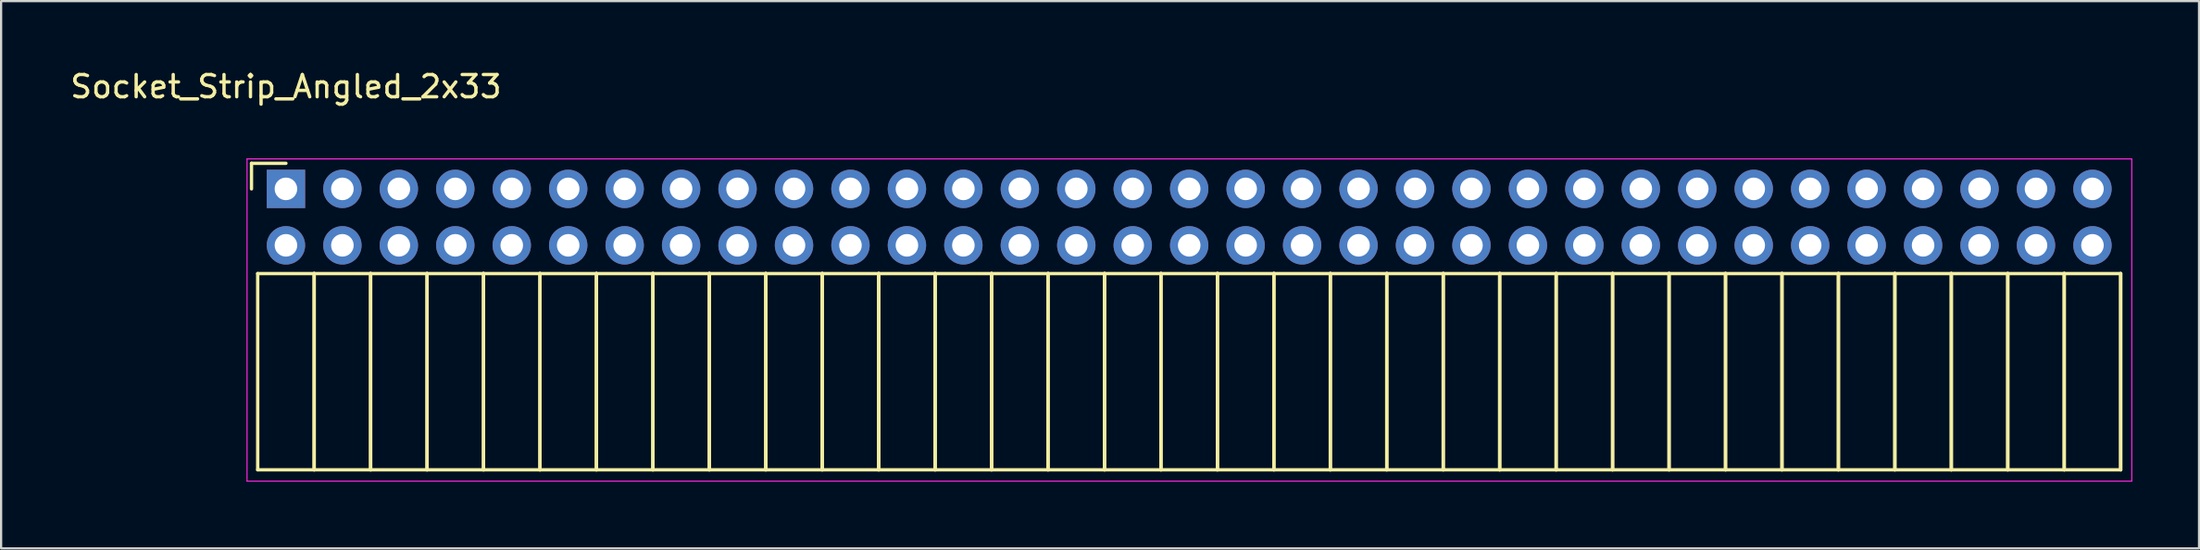
<source format=kicad_pcb>
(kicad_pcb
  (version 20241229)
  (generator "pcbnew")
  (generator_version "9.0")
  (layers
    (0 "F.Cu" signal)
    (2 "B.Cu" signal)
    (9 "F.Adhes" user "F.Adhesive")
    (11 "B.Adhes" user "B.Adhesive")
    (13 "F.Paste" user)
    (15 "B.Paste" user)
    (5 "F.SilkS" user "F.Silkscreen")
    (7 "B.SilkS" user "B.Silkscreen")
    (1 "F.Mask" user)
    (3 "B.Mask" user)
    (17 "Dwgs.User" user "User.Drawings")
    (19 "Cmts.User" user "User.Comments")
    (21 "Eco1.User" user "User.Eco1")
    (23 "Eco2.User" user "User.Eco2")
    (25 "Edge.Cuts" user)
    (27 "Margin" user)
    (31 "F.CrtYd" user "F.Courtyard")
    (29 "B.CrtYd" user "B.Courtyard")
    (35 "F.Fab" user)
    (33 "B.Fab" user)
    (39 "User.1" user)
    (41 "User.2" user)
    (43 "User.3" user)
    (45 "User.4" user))
  (footprint "Socket_Strip_Angled_2x33"
    (layer "F.Cu")
    (at 9.815 5.448)
    (property "Reference" "Socket_Strip_Angled_2x33" (at 0 -4.6 0) (layer "F.SilkS") (effects (font (size 1 1) (thickness 0.15))))
    (attr through_hole)
    (fp_line (start -1.55 -1.15) (end -1.55 0) (stroke (width 0.15) (type solid)) (layer "F.SilkS"))
    (fp_line (start -1.27 3.81) (end -1.27 12.64) (stroke (width 0.15) (type solid)) (layer "F.SilkS"))
    (fp_line (start -1.27 3.81) (end 1.27 3.81) (stroke (width 0.15) (type solid)) (layer "F.SilkS"))
    (fp_line (start -1.27 12.64) (end 1.27 12.64) (stroke (width 0.15) (type solid)) (layer "F.SilkS"))
    (fp_line (start 0 -1.15) (end -1.55 -1.15) (stroke (width 0.15) (type solid)) (layer "F.SilkS"))
    (fp_line (start 1.27 3.81) (end 1.27 12.64) (stroke (width 0.15) (type solid)) (layer "F.SilkS"))
    (fp_line (start 1.27 3.81) (end 3.81 3.81) (stroke (width 0.15) (type solid)) (layer "F.SilkS"))
    (fp_line (start 1.27 12.64) (end 1.27 3.81) (stroke (width 0.15) (type solid)) (layer "F.SilkS"))
    (fp_line (start 1.27 12.64) (end 3.81 12.64) (stroke (width 0.15) (type solid)) (layer "F.SilkS"))
    (fp_line (start 3.81 3.81) (end 3.81 12.64) (stroke (width 0.15) (type solid)) (layer "F.SilkS"))
    (fp_line (start 3.81 3.81) (end 6.35 3.81) (stroke (width 0.15) (type solid)) (layer "F.SilkS"))
    (fp_line (start 3.81 12.64) (end 3.81 3.81) (stroke (width 0.15) (type solid)) (layer "F.SilkS"))
    (fp_line (start 3.81 12.64) (end 6.35 12.64) (stroke (width 0.15) (type solid)) (layer "F.SilkS"))
    (fp_line (start 6.35 3.81) (end 6.35 12.64) (stroke (width 0.15) (type solid)) (layer "F.SilkS"))
    (fp_line (start 6.35 3.81) (end 8.89 3.81) (stroke (width 0.15) (type solid)) (layer "F.SilkS"))
    (fp_line (start 6.35 12.64) (end 6.35 3.81) (stroke (width 0.15) (type solid)) (layer "F.SilkS"))
    (fp_line (start 6.35 12.64) (end 8.89 12.64) (stroke (width 0.15) (type solid)) (layer "F.SilkS"))
    (fp_line (start 8.89 3.81) (end 8.89 12.64) (stroke (width 0.15) (type solid)) (layer "F.SilkS"))
    (fp_line (start 8.89 3.81) (end 11.43 3.81) (stroke (width 0.15) (type solid)) (layer "F.SilkS"))
    (fp_line (start 8.89 12.64) (end 8.89 3.81) (stroke (width 0.15) (type solid)) (layer "F.SilkS"))
    (fp_line (start 8.89 12.64) (end 11.43 12.64) (stroke (width 0.15) (type solid)) (layer "F.SilkS"))
    (fp_line (start 11.43 3.81) (end 11.43 12.64) (stroke (width 0.15) (type solid)) (layer "F.SilkS"))
    (fp_line (start 11.43 3.81) (end 13.97 3.81) (stroke (width 0.15) (type solid)) (layer "F.SilkS"))
    (fp_line (start 11.43 12.64) (end 11.43 3.81) (stroke (width 0.15) (type solid)) (layer "F.SilkS"))
    (fp_line (start 11.43 12.64) (end 13.97 12.64) (stroke (width 0.15) (type solid)) (layer "F.SilkS"))
    (fp_line (start 13.97 3.81) (end 13.97 12.64) (stroke (width 0.15) (type solid)) (layer "F.SilkS"))
    (fp_line (start 13.97 3.81) (end 16.51 3.81) (stroke (width 0.15) (type solid)) (layer "F.SilkS"))
    (fp_line (start 13.97 12.64) (end 13.97 3.81) (stroke (width 0.15) (type solid)) (layer "F.SilkS"))
    (fp_line (start 13.97 12.64) (end 16.51 12.64) (stroke (width 0.15) (type solid)) (layer "F.SilkS"))
    (fp_line (start 16.51 3.81) (end 16.51 12.64) (stroke (width 0.15) (type solid)) (layer "F.SilkS"))
    (fp_line (start 16.51 3.81) (end 19.05 3.81) (stroke (width 0.15) (type solid)) (layer "F.SilkS"))
    (fp_line (start 16.51 12.64) (end 16.51 3.81) (stroke (width 0.15) (type solid)) (layer "F.SilkS"))
    (fp_line (start 16.51 12.64) (end 19.05 12.64) (stroke (width 0.15) (type solid)) (layer "F.SilkS"))
    (fp_line (start 19.05 3.81) (end 19.05 12.64) (stroke (width 0.15) (type solid)) (layer "F.SilkS"))
    (fp_line (start 19.05 3.81) (end 21.59 3.81) (stroke (width 0.15) (type solid)) (layer "F.SilkS"))
    (fp_line (start 19.05 12.64) (end 19.05 3.81) (stroke (width 0.15) (type solid)) (layer "F.SilkS"))
    (fp_line (start 19.05 12.64) (end 21.59 12.64) (stroke (width 0.15) (type solid)) (layer "F.SilkS"))
    (fp_line (start 21.59 3.81) (end 21.59 12.64) (stroke (width 0.15) (type solid)) (layer "F.SilkS"))
    (fp_line (start 21.59 3.81) (end 24.13 3.81) (stroke (width 0.15) (type solid)) (layer "F.SilkS"))
    (fp_line (start 21.59 12.64) (end 21.59 3.81) (stroke (width 0.15) (type solid)) (layer "F.SilkS"))
    (fp_line (start 21.59 12.64) (end 24.13 12.64) (stroke (width 0.15) (type solid)) (layer "F.SilkS"))
    (fp_line (start 24.13 3.81) (end 24.13 12.64) (stroke (width 0.15) (type solid)) (layer "F.SilkS"))
    (fp_line (start 24.13 3.81) (end 26.67 3.81) (stroke (width 0.15) (type solid)) (layer "F.SilkS"))
    (fp_line (start 24.13 12.64) (end 24.13 3.81) (stroke (width 0.15) (type solid)) (layer "F.SilkS"))
    (fp_line (start 24.13 12.64) (end 26.67 12.64) (stroke (width 0.15) (type solid)) (layer "F.SilkS"))
    (fp_line (start 26.67 3.81) (end 26.67 12.64) (stroke (width 0.15) (type solid)) (layer "F.SilkS"))
    (fp_line (start 26.67 3.81) (end 29.21 3.81) (stroke (width 0.15) (type solid)) (layer "F.SilkS"))
    (fp_line (start 26.67 12.64) (end 26.67 3.81) (stroke (width 0.15) (type solid)) (layer "F.SilkS"))
    (fp_line (start 26.67 12.64) (end 29.21 12.64) (stroke (width 0.15) (type solid)) (layer "F.SilkS"))
    (fp_line (start 29.21 3.81) (end 29.21 12.64) (stroke (width 0.15) (type solid)) (layer "F.SilkS"))
    (fp_line (start 29.21 3.81) (end 31.75 3.81) (stroke (width 0.15) (type solid)) (layer "F.SilkS"))
    (fp_line (start 29.21 12.64) (end 29.21 3.81) (stroke (width 0.15) (type solid)) (layer "F.SilkS"))
    (fp_line (start 29.21 12.64) (end 31.75 12.64) (stroke (width 0.15) (type solid)) (layer "F.SilkS"))
    (fp_line (start 31.75 3.81) (end 31.75 12.64) (stroke (width 0.15) (type solid)) (layer "F.SilkS"))
    (fp_line (start 31.75 3.81) (end 34.29 3.81) (stroke (width 0.15) (type solid)) (layer "F.SilkS"))
    (fp_line (start 31.75 12.64) (end 31.75 3.81) (stroke (width 0.15) (type solid)) (layer "F.SilkS"))
    (fp_line (start 31.75 12.64) (end 34.29 12.64) (stroke (width 0.15) (type solid)) (layer "F.SilkS"))
    (fp_line (start 34.29 3.81) (end 34.29 12.64) (stroke (width 0.15) (type solid)) (layer "F.SilkS"))
    (fp_line (start 34.29 3.81) (end 36.83 3.81) (stroke (width 0.15) (type solid)) (layer "F.SilkS"))
    (fp_line (start 34.29 12.64) (end 34.29 3.81) (stroke (width 0.15) (type solid)) (layer "F.SilkS"))
    (fp_line (start 34.29 12.64) (end 36.83 12.64) (stroke (width 0.15) (type solid)) (layer "F.SilkS"))
    (fp_line (start 36.83 3.81) (end 36.83 12.64) (stroke (width 0.15) (type solid)) (layer "F.SilkS"))
    (fp_line (start 36.83 3.81) (end 39.37 3.81) (stroke (width 0.15) (type solid)) (layer "F.SilkS"))
    (fp_line (start 36.83 12.64) (end 36.83 3.81) (stroke (width 0.15) (type solid)) (layer "F.SilkS"))
    (fp_line (start 36.83 12.64) (end 39.37 12.64) (stroke (width 0.15) (type solid)) (layer "F.SilkS"))
    (fp_line (start 39.37 3.81) (end 39.37 12.64) (stroke (width 0.15) (type solid)) (layer "F.SilkS"))
    (fp_line (start 39.37 3.81) (end 41.91 3.81) (stroke (width 0.15) (type solid)) (layer "F.SilkS"))
    (fp_line (start 39.37 12.64) (end 39.37 3.81) (stroke (width 0.15) (type solid)) (layer "F.SilkS"))
    (fp_line (start 39.37 12.64) (end 41.91 12.64) (stroke (width 0.15) (type solid)) (layer "F.SilkS"))
    (fp_line (start 41.91 3.81) (end 41.91 12.64) (stroke (width 0.15) (type solid)) (layer "F.SilkS"))
    (fp_line (start 41.91 3.81) (end 44.45 3.81) (stroke (width 0.15) (type solid)) (layer "F.SilkS"))
    (fp_line (start 41.91 12.64) (end 41.91 3.81) (stroke (width 0.15) (type solid)) (layer "F.SilkS"))
    (fp_line (start 41.91 12.64) (end 44.45 12.64) (stroke (width 0.15) (type solid)) (layer "F.SilkS"))
    (fp_line (start 44.45 3.81) (end 44.45 12.64) (stroke (width 0.15) (type solid)) (layer "F.SilkS"))
    (fp_line (start 44.45 3.81) (end 46.99 3.81) (stroke (width 0.15) (type solid)) (layer "F.SilkS"))
    (fp_line (start 44.45 12.64) (end 44.45 3.81) (stroke (width 0.15) (type solid)) (layer "F.SilkS"))
    (fp_line (start 44.45 12.64) (end 46.99 12.64) (stroke (width 0.15) (type solid)) (layer "F.SilkS"))
    (fp_line (start 46.99 3.81) (end 46.99 12.64) (stroke (width 0.15) (type solid)) (layer "F.SilkS"))
    (fp_line (start 46.99 3.81) (end 49.53 3.81) (stroke (width 0.15) (type solid)) (layer "F.SilkS"))
    (fp_line (start 46.99 12.64) (end 46.99 3.81) (stroke (width 0.15) (type solid)) (layer "F.SilkS"))
    (fp_line (start 46.99 12.64) (end 49.53 12.64) (stroke (width 0.15) (type solid)) (layer "F.SilkS"))
    (fp_line (start 49.53 3.81) (end 49.53 12.64) (stroke (width 0.15) (type solid)) (layer "F.SilkS"))
    (fp_line (start 49.53 3.81) (end 52.07 3.81) (stroke (width 0.15) (type solid)) (layer "F.SilkS"))
    (fp_line (start 49.53 12.64) (end 49.53 3.81) (stroke (width 0.15) (type solid)) (layer "F.SilkS"))
    (fp_line (start 49.53 12.64) (end 52.07 12.64) (stroke (width 0.15) (type solid)) (layer "F.SilkS"))
    (fp_line (start 52.07 3.81) (end 52.07 12.64) (stroke (width 0.15) (type solid)) (layer "F.SilkS"))
    (fp_line (start 52.07 3.81) (end 54.61 3.81) (stroke (width 0.15) (type solid)) (layer "F.SilkS"))
    (fp_line (start 52.07 12.64) (end 52.07 3.81) (stroke (width 0.15) (type solid)) (layer "F.SilkS"))
    (fp_line (start 52.07 12.64) (end 54.61 12.64) (stroke (width 0.15) (type solid)) (layer "F.SilkS"))
    (fp_line (start 54.61 3.81) (end 54.61 12.64) (stroke (width 0.15) (type solid)) (layer "F.SilkS"))
    (fp_line (start 54.61 3.81) (end 57.15 3.81) (stroke (width 0.15) (type solid)) (layer "F.SilkS"))
    (fp_line (start 54.61 12.64) (end 54.61 3.81) (stroke (width 0.15) (type solid)) (layer "F.SilkS"))
    (fp_line (start 54.61 12.64) (end 57.15 12.64) (stroke (width 0.15) (type solid)) (layer "F.SilkS"))
    (fp_line (start 57.15 3.81) (end 57.15 12.64) (stroke (width 0.15) (type solid)) (layer "F.SilkS"))
    (fp_line (start 57.15 3.81) (end 59.69 3.81) (stroke (width 0.15) (type solid)) (layer "F.SilkS"))
    (fp_line (start 57.15 12.64) (end 57.15 3.81) (stroke (width 0.15) (type solid)) (layer "F.SilkS"))
    (fp_line (start 57.15 12.64) (end 59.69 12.64) (stroke (width 0.15) (type solid)) (layer "F.SilkS"))
    (fp_line (start 59.69 3.81) (end 59.69 12.64) (stroke (width 0.15) (type solid)) (layer "F.SilkS"))
    (fp_line (start 59.69 3.81) (end 62.23 3.81) (stroke (width 0.15) (type solid)) (layer "F.SilkS"))
    (fp_line (start 59.69 12.64) (end 59.69 3.81) (stroke (width 0.15) (type solid)) (layer "F.SilkS"))
    (fp_line (start 59.69 12.64) (end 62.23 12.64) (stroke (width 0.15) (type solid)) (layer "F.SilkS"))
    (fp_line (start 62.23 3.81) (end 62.23 12.64) (stroke (width 0.15) (type solid)) (layer "F.SilkS"))
    (fp_line (start 62.23 3.81) (end 64.77 3.81) (stroke (width 0.15) (type solid)) (layer "F.SilkS"))
    (fp_line (start 62.23 12.64) (end 62.23 3.81) (stroke (width 0.15) (type solid)) (layer "F.SilkS"))
    (fp_line (start 62.23 12.64) (end 64.77 12.64) (stroke (width 0.15) (type solid)) (layer "F.SilkS"))
    (fp_line (start 64.77 3.81) (end 64.77 12.64) (stroke (width 0.15) (type solid)) (layer "F.SilkS"))
    (fp_line (start 64.77 3.81) (end 67.31 3.81) (stroke (width 0.15) (type solid)) (layer "F.SilkS"))
    (fp_line (start 64.77 12.64) (end 64.77 3.81) (stroke (width 0.15) (type solid)) (layer "F.SilkS"))
    (fp_line (start 64.77 12.64) (end 67.31 12.64) (stroke (width 0.15) (type solid)) (layer "F.SilkS"))
    (fp_line (start 67.31 3.81) (end 67.31 12.64) (stroke (width 0.15) (type solid)) (layer "F.SilkS"))
    (fp_line (start 67.31 3.81) (end 69.85 3.81) (stroke (width 0.15) (type solid)) (layer "F.SilkS"))
    (fp_line (start 67.31 12.64) (end 67.31 3.81) (stroke (width 0.15) (type solid)) (layer "F.SilkS"))
    (fp_line (start 67.31 12.64) (end 69.85 12.64) (stroke (width 0.15) (type solid)) (layer "F.SilkS"))
    (fp_line (start 69.85 3.81) (end 69.85 12.64) (stroke (width 0.15) (type solid)) (layer "F.SilkS"))
    (fp_line (start 69.85 3.81) (end 72.39 3.81) (stroke (width 0.15) (type solid)) (layer "F.SilkS"))
    (fp_line (start 69.85 12.64) (end 69.85 3.81) (stroke (width 0.15) (type solid)) (layer "F.SilkS"))
    (fp_line (start 69.85 12.64) (end 72.39 12.64) (stroke (width 0.15) (type solid)) (layer "F.SilkS"))
    (fp_line (start 72.39 3.81) (end 72.39 12.64) (stroke (width 0.15) (type solid)) (layer "F.SilkS"))
    (fp_line (start 72.39 3.81) (end 74.93 3.81) (stroke (width 0.15) (type solid)) (layer "F.SilkS"))
    (fp_line (start 72.39 12.64) (end 72.39 3.81) (stroke (width 0.15) (type solid)) (layer "F.SilkS"))
    (fp_line (start 72.39 12.64) (end 74.93 12.64) (stroke (width 0.15) (type solid)) (layer "F.SilkS"))
    (fp_line (start 74.93 3.81) (end 74.93 12.64) (stroke (width 0.15) (type solid)) (layer "F.SilkS"))
    (fp_line (start 74.93 3.81) (end 77.47 3.81) (stroke (width 0.15) (type solid)) (layer "F.SilkS"))
    (fp_line (start 74.93 12.64) (end 74.93 3.81) (stroke (width 0.15) (type solid)) (layer "F.SilkS"))
    (fp_line (start 74.93 12.64) (end 77.47 12.64) (stroke (width 0.15) (type solid)) (layer "F.SilkS"))
    (fp_line (start 77.47 3.81) (end 77.47 12.64) (stroke (width 0.15) (type solid)) (layer "F.SilkS"))
    (fp_line (start 77.47 3.81) (end 80.01 3.81) (stroke (width 0.15) (type solid)) (layer "F.SilkS"))
    (fp_line (start 77.47 12.64) (end 77.47 3.81) (stroke (width 0.15) (type solid)) (layer "F.SilkS"))
    (fp_line (start 77.47 12.64) (end 80.01 12.64) (stroke (width 0.15) (type solid)) (layer "F.SilkS"))
    (fp_line (start 80.01 3.81) (end 80.01 12.64) (stroke (width 0.15) (type solid)) (layer "F.SilkS"))
    (fp_line (start 80.01 3.81) (end 82.55 3.81) (stroke (width 0.15) (type solid)) (layer "F.SilkS"))
    (fp_line (start 80.01 12.64) (end 80.01 3.81) (stroke (width 0.15) (type solid)) (layer "F.SilkS"))
    (fp_line (start 80.01 12.64) (end 82.55 12.64) (stroke (width 0.15) (type solid)) (layer "F.SilkS"))
    (fp_line (start 82.55 3.81) (end 82.55 12.64) (stroke (width 0.15) (type solid)) (layer "F.SilkS"))
    (fp_line (start 82.55 12.64) (end 82.55 3.81) (stroke (width 0.15) (type solid)) (layer "F.SilkS"))
    (fp_line (start -1.75 -1.35) (end -1.75 13.15) (stroke (width 0.05) (type solid)) (layer "F.CrtYd"))
    (fp_line (start -1.75 -1.35) (end 83.05 -1.35) (stroke (width 0.05) (type solid)) (layer "F.CrtYd"))
    (fp_line (start -1.75 13.15) (end 83.05 13.15) (stroke (width 0.05) (type solid)) (layer "F.CrtYd"))
    (fp_line (start 83.05 -1.35) (end 83.05 13.15) (stroke (width 0.05) (type solid)) (layer "F.CrtYd"))
    (pad "1" thru_hole rect (at 0 0) (size 1.727 1.727) (drill 1.016) (layers "*.Cu" "*.Mask"))
    (pad "2" thru_hole oval (at 0 2.54) (size 1.727 1.727) (drill 1.016) (layers "*.Cu" "*.Mask"))
    (pad "3" thru_hole oval (at 2.54 0) (size 1.727 1.727) (drill 1.016) (layers "*.Cu" "*.Mask"))
    (pad "4" thru_hole oval (at 2.54 2.54) (size 1.727 1.727) (drill 1.016) (layers "*.Cu" "*.Mask"))
    (pad "5" thru_hole oval (at 5.08 0) (size 1.727 1.727) (drill 1.016) (layers "*.Cu" "*.Mask"))
    (pad "6" thru_hole oval (at 5.08 2.54) (size 1.727 1.727) (drill 1.016) (layers "*.Cu" "*.Mask"))
    (pad "7" thru_hole oval (at 7.62 0) (size 1.727 1.727) (drill 1.016) (layers "*.Cu" "*.Mask"))
    (pad "8" thru_hole oval (at 7.62 2.54) (size 1.727 1.727) (drill 1.016) (layers "*.Cu" "*.Mask"))
    (pad "9" thru_hole oval (at 10.16 0) (size 1.727 1.727) (drill 1.016) (layers "*.Cu" "*.Mask"))
    (pad "10" thru_hole oval (at 10.16 2.54) (size 1.727 1.727) (drill 1.016) (layers "*.Cu" "*.Mask"))
    (pad "11" thru_hole oval (at 12.7 0) (size 1.727 1.727) (drill 1.016) (layers "*.Cu" "*.Mask"))
    (pad "12" thru_hole oval (at 12.7 2.54) (size 1.727 1.727) (drill 1.016) (layers "*.Cu" "*.Mask"))
    (pad "13" thru_hole oval (at 15.24 0) (size 1.727 1.727) (drill 1.016) (layers "*.Cu" "*.Mask"))
    (pad "14" thru_hole oval (at 15.24 2.54) (size 1.727 1.727) (drill 1.016) (layers "*.Cu" "*.Mask"))
    (pad "15" thru_hole oval (at 17.78 0) (size 1.727 1.727) (drill 1.016) (layers "*.Cu" "*.Mask"))
    (pad "16" thru_hole oval (at 17.78 2.54) (size 1.727 1.727) (drill 1.016) (layers "*.Cu" "*.Mask"))
    (pad "17" thru_hole oval (at 20.32 0) (size 1.727 1.727) (drill 1.016) (layers "*.Cu" "*.Mask"))
    (pad "18" thru_hole oval (at 20.32 2.54) (size 1.727 1.727) (drill 1.016) (layers "*.Cu" "*.Mask"))
    (pad "19" thru_hole oval (at 22.86 0) (size 1.727 1.727) (drill 1.016) (layers "*.Cu" "*.Mask"))
    (pad "20" thru_hole oval (at 22.86 2.54) (size 1.727 1.727) (drill 1.016) (layers "*.Cu" "*.Mask"))
    (pad "21" thru_hole oval (at 25.4 0) (size 1.727 1.727) (drill 1.016) (layers "*.Cu" "*.Mask"))
    (pad "22" thru_hole oval (at 25.4 2.54) (size 1.727 1.727) (drill 1.016) (layers "*.Cu" "*.Mask"))
    (pad "23" thru_hole oval (at 27.94 0) (size 1.727 1.727) (drill 1.016) (layers "*.Cu" "*.Mask"))
    (pad "24" thru_hole oval (at 27.94 2.54) (size 1.727 1.727) (drill 1.016) (layers "*.Cu" "*.Mask"))
    (pad "25" thru_hole oval (at 30.48 0) (size 1.727 1.727) (drill 1.016) (layers "*.Cu" "*.Mask"))
    (pad "26" thru_hole oval (at 30.48 2.54) (size 1.727 1.727) (drill 1.016) (layers "*.Cu" "*.Mask"))
    (pad "27" thru_hole oval (at 33.02 0) (size 1.727 1.727) (drill 1.016) (layers "*.Cu" "*.Mask"))
    (pad "28" thru_hole oval (at 33.02 2.54) (size 1.727 1.727) (drill 1.016) (layers "*.Cu" "*.Mask"))
    (pad "29" thru_hole oval (at 35.56 0) (size 1.727 1.727) (drill 1.016) (layers "*.Cu" "*.Mask"))
    (pad "30" thru_hole oval (at 35.56 2.54) (size 1.727 1.727) (drill 1.016) (layers "*.Cu" "*.Mask"))
    (pad "31" thru_hole oval (at 38.1 0) (size 1.727 1.727) (drill 1.016) (layers "*.Cu" "*.Mask"))
    (pad "32" thru_hole oval (at 38.1 2.54) (size 1.727 1.727) (drill 1.016) (layers "*.Cu" "*.Mask"))
    (pad "33" thru_hole oval (at 40.64 0) (size 1.727 1.727) (drill 1.016) (layers "*.Cu" "*.Mask"))
    (pad "34" thru_hole oval (at 40.64 2.54) (size 1.727 1.727) (drill 1.016) (layers "*.Cu" "*.Mask"))
    (pad "35" thru_hole oval (at 43.18 0) (size 1.727 1.727) (drill 1.016) (layers "*.Cu" "*.Mask"))
    (pad "36" thru_hole oval (at 43.18 2.54) (size 1.727 1.727) (drill 1.016) (layers "*.Cu" "*.Mask"))
    (pad "37" thru_hole oval (at 45.72 0) (size 1.727 1.727) (drill 1.016) (layers "*.Cu" "*.Mask"))
    (pad "38" thru_hole oval (at 45.72 2.54) (size 1.727 1.727) (drill 1.016) (layers "*.Cu" "*.Mask"))
    (pad "39" thru_hole oval (at 48.26 0) (size 1.727 1.727) (drill 1.016) (layers "*.Cu" "*.Mask"))
    (pad "40" thru_hole oval (at 48.26 2.54) (size 1.727 1.727) (drill 1.016) (layers "*.Cu" "*.Mask"))
    (pad "41" thru_hole oval (at 50.8 0) (size 1.727 1.727) (drill 1.016) (layers "*.Cu" "*.Mask"))
    (pad "42" thru_hole oval (at 50.8 2.54) (size 1.727 1.727) (drill 1.016) (layers "*.Cu" "*.Mask"))
    (pad "43" thru_hole oval (at 53.34 0) (size 1.727 1.727) (drill 1.016) (layers "*.Cu" "*.Mask"))
    (pad "44" thru_hole oval (at 53.34 2.54) (size 1.727 1.727) (drill 1.016) (layers "*.Cu" "*.Mask"))
    (pad "45" thru_hole oval (at 55.88 0) (size 1.727 1.727) (drill 1.016) (layers "*.Cu" "*.Mask"))
    (pad "46" thru_hole oval (at 55.88 2.54) (size 1.727 1.727) (drill 1.016) (layers "*.Cu" "*.Mask"))
    (pad "47" thru_hole oval (at 58.42 0) (size 1.727 1.727) (drill 1.016) (layers "*.Cu" "*.Mask"))
    (pad "48" thru_hole oval (at 58.42 2.54) (size 1.727 1.727) (drill 1.016) (layers "*.Cu" "*.Mask"))
    (pad "49" thru_hole oval (at 60.96 0) (size 1.727 1.727) (drill 1.016) (layers "*.Cu" "*.Mask"))
    (pad "50" thru_hole oval (at 60.96 2.54) (size 1.727 1.727) (drill 1.016) (layers "*.Cu" "*.Mask"))
    (pad "51" thru_hole oval (at 63.5 0) (size 1.727 1.727) (drill 1.016) (layers "*.Cu" "*.Mask"))
    (pad "52" thru_hole oval (at 63.5 2.54) (size 1.727 1.727) (drill 1.016) (layers "*.Cu" "*.Mask"))
    (pad "53" thru_hole oval (at 66.04 0) (size 1.727 1.727) (drill 1.016) (layers "*.Cu" "*.Mask"))
    (pad "54" thru_hole oval (at 66.04 2.54) (size 1.727 1.727) (drill 1.016) (layers "*.Cu" "*.Mask"))
    (pad "55" thru_hole oval (at 68.58 0) (size 1.727 1.727) (drill 1.016) (layers "*.Cu" "*.Mask"))
    (pad "56" thru_hole oval (at 68.58 2.54) (size 1.727 1.727) (drill 1.016) (layers "*.Cu" "*.Mask"))
    (pad "57" thru_hole oval (at 71.12 0) (size 1.727 1.727) (drill 1.016) (layers "*.Cu" "*.Mask"))
    (pad "58" thru_hole oval (at 71.12 2.54) (size 1.727 1.727) (drill 1.016) (layers "*.Cu" "*.Mask"))
    (pad "59" thru_hole oval (at 73.66 0) (size 1.727 1.727) (drill 1.016) (layers "*.Cu" "*.Mask"))
    (pad "60" thru_hole oval (at 73.66 2.54) (size 1.727 1.727) (drill 1.016) (layers "*.Cu" "*.Mask"))
    (pad "61" thru_hole oval (at 76.2 0) (size 1.727 1.727) (drill 1.016) (layers "*.Cu" "*.Mask"))
    (pad "62" thru_hole oval (at 76.2 2.54) (size 1.727 1.727) (drill 1.016) (layers "*.Cu" "*.Mask"))
    (pad "63" thru_hole oval (at 78.74 0) (size 1.727 1.727) (drill 1.016) (layers "*.Cu" "*.Mask"))
    (pad "64" thru_hole oval (at 78.74 2.54) (size 1.727 1.727) (drill 1.016) (layers "*.Cu" "*.Mask"))
    (pad "65" thru_hole oval (at 81.28 0) (size 1.727 1.727) (drill 1.016) (layers "*.Cu" "*.Mask"))
    (pad "66" thru_hole oval (at 81.28 2.54) (size 1.727 1.727) (drill 1.016) (layers "*.Cu" "*.Mask")))
  (gr_rect
    (start -3 -3)
    (end 95.89 21.623)
    (stroke (width 0.1) (type default))
    (fill no)
    (layer "Edge.Cuts")))
</source>
